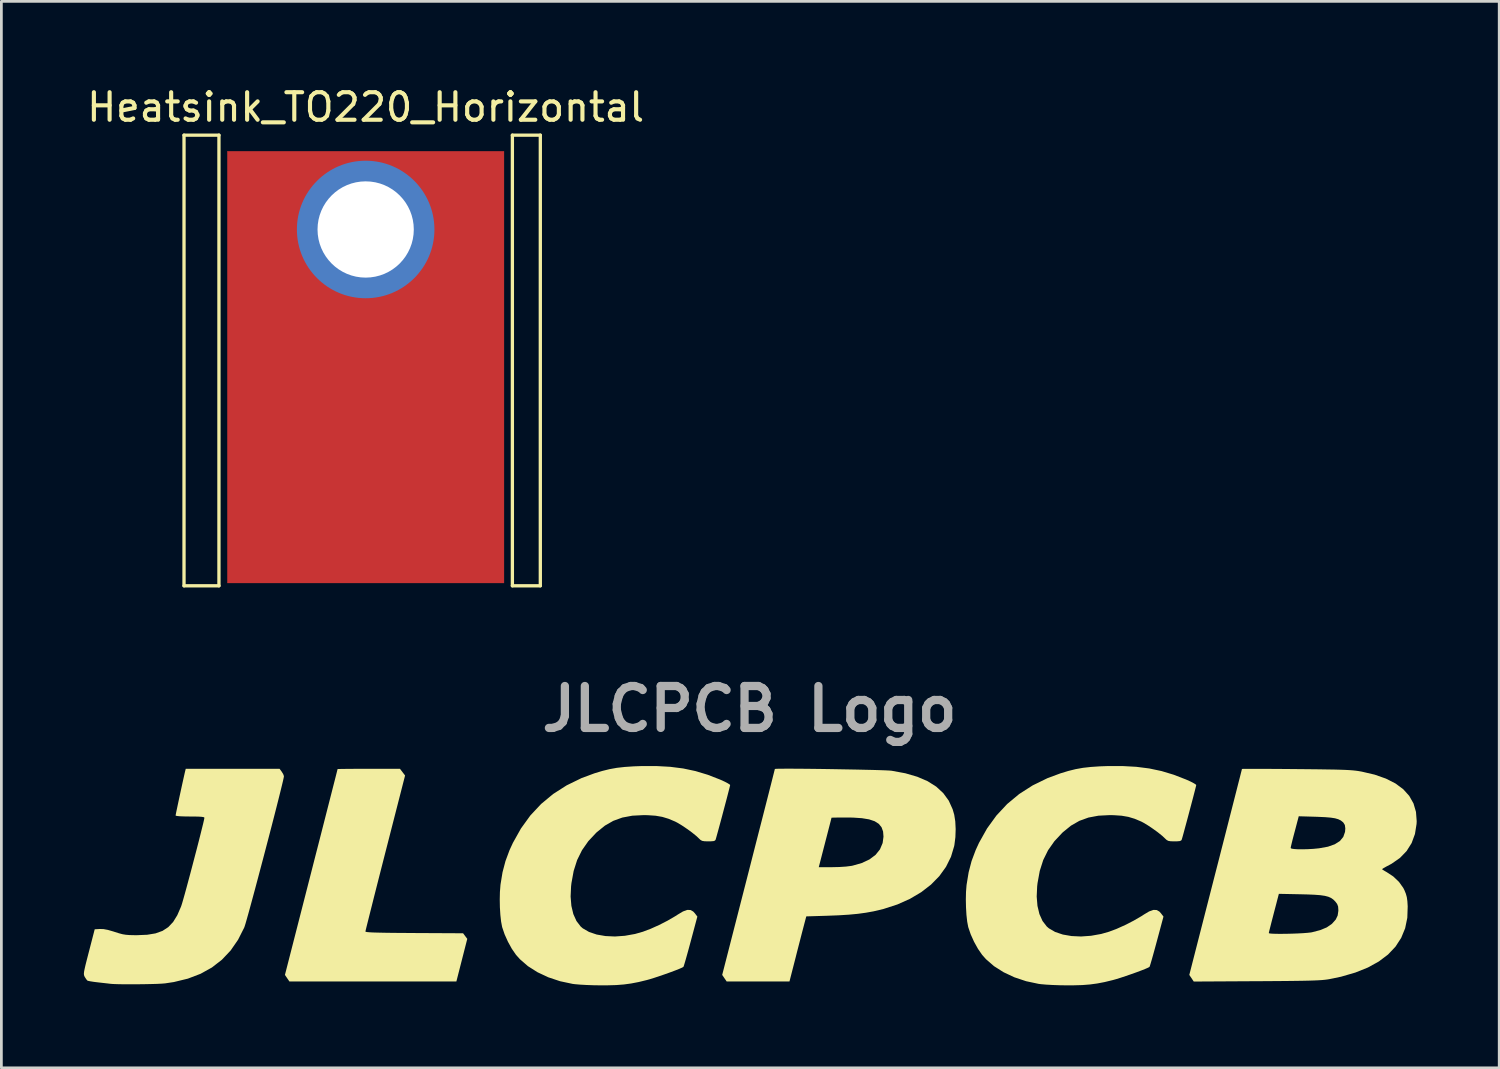
<source format=kicad_pcb>
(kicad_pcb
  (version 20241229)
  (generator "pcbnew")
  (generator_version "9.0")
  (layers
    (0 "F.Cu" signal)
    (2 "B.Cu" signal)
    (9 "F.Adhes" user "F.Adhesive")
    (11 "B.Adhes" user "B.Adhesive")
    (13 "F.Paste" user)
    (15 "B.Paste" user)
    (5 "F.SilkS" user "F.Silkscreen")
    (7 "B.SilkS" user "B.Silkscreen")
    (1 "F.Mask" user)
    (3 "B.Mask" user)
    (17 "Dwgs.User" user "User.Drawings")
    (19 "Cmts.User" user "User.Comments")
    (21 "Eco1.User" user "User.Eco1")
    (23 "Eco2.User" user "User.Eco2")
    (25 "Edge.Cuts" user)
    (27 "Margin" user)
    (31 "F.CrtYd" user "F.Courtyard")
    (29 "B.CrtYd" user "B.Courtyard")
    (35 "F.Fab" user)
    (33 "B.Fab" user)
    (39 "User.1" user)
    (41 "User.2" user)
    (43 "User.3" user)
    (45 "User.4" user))
  (footprint "JLCPCB Logo"
    (layer "F.Cu")
    (at 24.073 28.694)
    (property "Reference" "JLCPCB Logo" (at 0.127 -5.969 0) (layer "F.Fab") (effects (font (size 1.524 1.524) (thickness 0.3))))
    (attr board_only exclude_from_pos_files exclude_from_bom)
    (fp_poly (pts (xy -12.396 -3.55) (xy -13.117 -0.736) (xy -13.229 -0.298) (xy -13.336 0.121) (xy -13.436 0.514) (xy -13.528 0.877) (xy -13.61 1.204) (xy -13.682 1.489) (xy -13.742 1.729) (xy -13.789 1.916) (xy -13.821 2.046) (xy -13.836 2.114) (xy -13.838 2.122) (xy -13.823 2.133) (xy -13.775 2.142) (xy -13.688 2.15) (xy -13.559 2.157) (xy -13.382 2.162) (xy -13.152 2.167) (xy -12.865 2.171) (xy -12.516 2.174) (xy -12.1 2.176) (xy -12.063 2.177) (xy -10.287 2.186) (xy -10.211 2.288) (xy -10.135 2.389) (xy -10.531 3.938) (xy -13.567 3.938) (xy -16.602 3.938) (xy -16.683 3.819) (xy -16.764 3.7) (xy -15.807 -0.037) (xy -15.678 -0.542) (xy -15.553 -1.028) (xy -15.435 -1.489) (xy -15.325 -1.92) (xy -15.223 -2.319) (xy -15.131 -2.679) (xy -15.05 -2.996) (xy -14.981 -3.266) (xy -14.925 -3.485) (xy -14.884 -3.647) (xy -14.859 -3.748) (xy -14.85 -3.784) (xy -14.85 -3.784) (xy -14.815 -3.786) (xy -14.717 -3.788) (xy -14.563 -3.79) (xy -14.364 -3.792) (xy -14.126 -3.793) (xy -13.86 -3.794) (xy -13.716 -3.794) (xy -12.582 -3.794)) (stroke (width 0) (type solid)) (fill yes) (layer "F.SilkS"))
    (fp_poly (pts (xy 1.791 -3.797) (xy 2.072 -3.795) (xy 2.379 -3.792) (xy 2.704 -3.788) (xy 3.04 -3.783) (xy 3.38 -3.777) (xy 3.714 -3.771) (xy 4.037 -3.765) (xy 4.339 -3.758) (xy 4.614 -3.752) (xy 4.854 -3.745) (xy 5.051 -3.738) (xy 5.197 -3.731) (xy 5.284 -3.724) (xy 5.293 -3.723) (xy 5.791 -3.631) (xy 6.227 -3.504) (xy 6.601 -3.343) (xy 6.915 -3.145) (xy 7.17 -2.909) (xy 7.369 -2.636) (xy 7.511 -2.323) (xy 7.569 -2.123) (xy 7.607 -1.882) (xy 7.621 -1.602) (xy 7.611 -1.309) (xy 7.576 -1.033) (xy 7.567 -0.983) (xy 7.451 -0.595) (xy 7.27 -0.23) (xy 7.027 0.108) (xy 6.725 0.416) (xy 6.367 0.693) (xy 5.958 0.935) (xy 5.501 1.139) (xy 4.998 1.302) (xy 4.643 1.387) (xy 4.361 1.438) (xy 4.062 1.479) (xy 3.733 1.51) (xy 3.359 1.533) (xy 2.947 1.549) (xy 2.19 1.572) (xy 2.109 1.879) (xy 2.077 2.002) (xy 2.03 2.181) (xy 1.973 2.402) (xy 1.909 2.65) (xy 1.842 2.91) (xy 1.804 3.062) (xy 1.579 3.938) (xy 0.437 3.938) (xy -0.705 3.938) (xy -0.786 3.819) (xy -0.867 3.7) (xy 0.091 -0.037) (xy 0.137 -0.217) (xy 2.644 -0.217) (xy 3.126 -0.217) (xy 3.392 -0.223) (xy 3.634 -0.239) (xy 3.83 -0.264) (xy 3.872 -0.272) (xy 4.209 -0.368) (xy 4.489 -0.5) (xy 4.71 -0.666) (xy 4.869 -0.865) (xy 4.966 -1.095) (xy 4.997 -1.326) (xy 4.982 -1.514) (xy 4.926 -1.669) (xy 4.826 -1.792) (xy 4.677 -1.887) (xy 4.474 -1.955) (xy 4.213 -1.998) (xy 3.889 -2.02) (xy 3.66 -2.023) (xy 3.469 -2.023) (xy 3.307 -2.021) (xy 3.186 -2.019) (xy 3.117 -2.016) (xy 3.107 -2.014) (xy 3.098 -1.978) (xy 3.074 -1.882) (xy 3.036 -1.734) (xy 2.987 -1.545) (xy 2.93 -1.323) (xy 2.875 -1.111) (xy 2.644 -0.217) (xy 0.137 -0.217) (xy 0.22 -0.542) (xy 0.344 -1.028) (xy 0.462 -1.489) (xy 0.573 -1.921) (xy 0.675 -2.32) (xy 0.767 -2.68) (xy 0.848 -2.998) (xy 0.917 -3.269) (xy 0.972 -3.487) (xy 1.013 -3.65) (xy 1.039 -3.752) (xy 1.048 -3.788) (xy 1.048 -3.788) (xy 1.083 -3.792) (xy 1.182 -3.796) (xy 1.338 -3.797) (xy 1.544 -3.798)) (stroke (width 0) (type solid)) (fill yes) (layer "F.SilkS"))
    (fp_poly (pts (xy -16.88 -3.687) (xy -16.827 -3.6) (xy -16.801 -3.528) (xy -16.801 -3.521) (xy -16.81 -3.465) (xy -16.836 -3.347) (xy -16.878 -3.172) (xy -16.933 -2.948) (xy -17 -2.68) (xy -17.077 -2.376) (xy -17.162 -2.043) (xy -17.254 -1.687) (xy -17.351 -1.314) (xy -17.451 -0.932) (xy -17.552 -0.547) (xy -17.653 -0.166) (xy -17.751 0.204) (xy -17.845 0.557) (xy -17.934 0.887) (xy -18.015 1.185) (xy -18.087 1.447) (xy -18.148 1.664) (xy -18.196 1.831) (xy -18.23 1.94) (xy -18.244 1.978) (xy -18.469 2.423) (xy -18.739 2.813) (xy -19.056 3.148) (xy -19.419 3.43) (xy -19.831 3.659) (xy -20.292 3.835) (xy -20.802 3.959) (xy -21.118 4.007) (xy -21.241 4.017) (xy -21.42 4.026) (xy -21.639 4.032) (xy -21.886 4.037) (xy -22.145 4.04) (xy -22.402 4.041) (xy -22.642 4.04) (xy -22.852 4.036) (xy -23.015 4.03) (xy -23.106 4.023) (xy -23.189 4.013) (xy -23.322 3.998) (xy -23.481 3.98) (xy -23.561 3.971) (xy -23.714 3.952) (xy -23.84 3.932) (xy -23.922 3.915) (xy -23.943 3.908) (xy -23.984 3.862) (xy -24.035 3.783) (xy -24.04 3.776) (xy -24.058 3.739) (xy -24.07 3.7) (xy -24.073 3.651) (xy -24.066 3.58) (xy -24.046 3.479) (xy -24.014 3.338) (xy -23.966 3.148) (xy -23.902 2.899) (xy -23.89 2.854) (xy -23.68 2.041) (xy -23.493 2.03) (xy -23.36 2.034) (xy -23.203 2.063) (xy -23.005 2.12) (xy -22.953 2.137) (xy -22.798 2.186) (xy -22.671 2.22) (xy -22.551 2.24) (xy -22.415 2.251) (xy -22.24 2.255) (xy -22.13 2.255) (xy -21.77 2.24) (xy -21.468 2.19) (xy -21.215 2.099) (xy -21.005 1.962) (xy -20.828 1.774) (xy -20.677 1.529) (xy -20.544 1.222) (xy -20.53 1.183) (xy -20.503 1.099) (xy -20.462 0.958) (xy -20.409 0.77) (xy -20.346 0.542) (xy -20.277 0.285) (xy -20.202 0.006) (xy -20.125 -0.286) (xy -20.048 -0.581) (xy -19.972 -0.87) (xy -19.901 -1.146) (xy -19.837 -1.399) (xy -19.782 -1.621) (xy -19.737 -1.802) (xy -19.707 -1.933) (xy -19.692 -2.007) (xy -19.691 -2.017) (xy -19.715 -2.035) (xy -19.789 -2.048) (xy -19.921 -2.056) (xy -20.116 -2.059) (xy -20.215 -2.059) (xy -20.424 -2.062) (xy -20.587 -2.068) (xy -20.694 -2.079) (xy -20.738 -2.093) (xy -20.739 -2.095) (xy -20.732 -2.137) (xy -20.712 -2.238) (xy -20.681 -2.384) (xy -20.643 -2.564) (xy -20.6 -2.765) (xy -20.555 -2.974) (xy -20.51 -3.18) (xy -20.468 -3.37) (xy -20.432 -3.532) (xy -20.405 -3.652) (xy -20.392 -3.706) (xy -20.37 -3.794) (xy -16.959 -3.794)) (stroke (width 0) (type solid)) (fill yes) (layer "F.SilkS"))
    (fp_poly (pts (xy -2.757 -3.866) (xy -2.286 -3.806) (xy -1.838 -3.711) (xy -1.397 -3.578) (xy -0.951 -3.405) (xy -0.912 -3.388) (xy -0.772 -3.324) (xy -0.661 -3.265) (xy -0.592 -3.221) (xy -0.578 -3.203) (xy -0.587 -3.161) (xy -0.612 -3.061) (xy -0.65 -2.913) (xy -0.698 -2.727) (xy -0.754 -2.516) (xy -0.814 -2.29) (xy -0.875 -2.059) (xy -0.935 -1.836) (xy -0.991 -1.63) (xy -1.04 -1.452) (xy -1.078 -1.314) (xy -1.103 -1.227) (xy -1.105 -1.219) (xy -1.129 -1.185) (xy -1.182 -1.165) (xy -1.283 -1.157) (xy -1.369 -1.156) (xy -1.505 -1.159) (xy -1.592 -1.173) (xy -1.653 -1.205) (xy -1.701 -1.25) (xy -1.813 -1.355) (xy -1.968 -1.48) (xy -2.147 -1.61) (xy -2.329 -1.733) (xy -2.494 -1.832) (xy -2.574 -1.874) (xy -2.815 -1.976) (xy -3.046 -2.046) (xy -3.291 -2.088) (xy -3.573 -2.107) (xy -3.721 -2.11) (xy -4.133 -2.089) (xy -4.498 -2.021) (xy -4.826 -1.902) (xy -5.13 -1.728) (xy -5.42 -1.494) (xy -5.448 -1.468) (xy -5.736 -1.16) (xy -5.965 -0.832) (xy -6.141 -0.476) (xy -6.267 -0.08) (xy -6.348 0.365) (xy -6.361 0.48) (xy -6.378 0.852) (xy -6.35 1.19) (xy -6.279 1.488) (xy -6.166 1.739) (xy -6.014 1.938) (xy -5.936 2.006) (xy -5.708 2.138) (xy -5.43 2.232) (xy -5.112 2.287) (xy -4.767 2.303) (xy -4.404 2.277) (xy -4.035 2.211) (xy -3.751 2.13) (xy -3.47 2.024) (xy -3.161 1.885) (xy -2.852 1.727) (xy -2.572 1.564) (xy -2.479 1.504) (xy -2.293 1.393) (xy -2.144 1.338) (xy -2.023 1.339) (xy -1.922 1.394) (xy -1.862 1.458) (xy -1.77 1.579) (xy -2.011 2.479) (xy -2.077 2.723) (xy -2.138 2.944) (xy -2.191 3.133) (xy -2.234 3.279) (xy -2.263 3.374) (xy -2.276 3.406) (xy -2.323 3.434) (xy -2.426 3.479) (xy -2.572 3.537) (xy -2.748 3.603) (xy -2.941 3.672) (xy -3.139 3.74) (xy -3.328 3.803) (xy -3.495 3.855) (xy -3.61 3.887) (xy -3.906 3.959) (xy -4.176 4.011) (xy -4.44 4.047) (xy -4.72 4.069) (xy -5.036 4.078) (xy -5.293 4.079) (xy -5.549 4.075) (xy -5.802 4.066) (xy -6.031 4.053) (xy -6.218 4.037) (xy -6.305 4.026) (xy -6.761 3.929) (xy -7.19 3.786) (xy -7.582 3.602) (xy -7.929 3.382) (xy -8.222 3.128) (xy -8.363 2.97) (xy -8.513 2.753) (xy -8.656 2.494) (xy -8.778 2.223) (xy -8.864 1.97) (xy -8.869 1.951) (xy -8.905 1.76) (xy -8.932 1.517) (xy -8.949 1.243) (xy -8.954 0.959) (xy -8.948 0.685) (xy -8.929 0.441) (xy -8.926 0.411) (xy -8.853 -0.033) (xy -8.746 -0.439) (xy -8.598 -0.837) (xy -8.475 -1.103) (xy -8.182 -1.626) (xy -7.842 -2.096) (xy -7.452 -2.513) (xy -7.013 -2.878) (xy -6.523 -3.191) (xy -5.982 -3.455) (xy -5.513 -3.629) (xy -5.229 -3.715) (xy -4.963 -3.781) (xy -4.696 -3.829) (xy -4.408 -3.861) (xy -4.08 -3.883) (xy -3.827 -3.892) (xy -3.266 -3.894)) (stroke (width 0) (type solid)) (fill yes) (layer "F.SilkS"))
    (fp_poly (pts (xy 14.188 -3.866) (xy 14.66 -3.806) (xy 15.108 -3.711) (xy 15.548 -3.578) (xy 15.994 -3.405) (xy 16.033 -3.388) (xy 16.174 -3.324) (xy 16.285 -3.265) (xy 16.353 -3.221) (xy 16.367 -3.203) (xy 16.358 -3.161) (xy 16.333 -3.061) (xy 16.295 -2.913) (xy 16.247 -2.727) (xy 16.191 -2.516) (xy 16.131 -2.29) (xy 16.07 -2.059) (xy 16.01 -1.836) (xy 15.954 -1.63) (xy 15.906 -1.452) (xy 15.868 -1.314) (xy 15.842 -1.227) (xy 15.84 -1.219) (xy 15.817 -1.185) (xy 15.763 -1.165) (xy 15.663 -1.157) (xy 15.576 -1.156) (xy 15.44 -1.159) (xy 15.353 -1.173) (xy 15.293 -1.205) (xy 15.244 -1.25) (xy 15.132 -1.355) (xy 14.977 -1.48) (xy 14.798 -1.61) (xy 14.616 -1.733) (xy 14.451 -1.832) (xy 14.372 -1.874) (xy 14.131 -1.976) (xy 13.899 -2.046) (xy 13.654 -2.088) (xy 13.372 -2.107) (xy 13.224 -2.11) (xy 12.812 -2.089) (xy 12.448 -2.021) (xy 12.119 -1.902) (xy 11.815 -1.728) (xy 11.526 -1.494) (xy 11.498 -1.468) (xy 11.21 -1.16) (xy 10.98 -0.832) (xy 10.804 -0.476) (xy 10.678 -0.08) (xy 10.597 0.365) (xy 10.584 0.48) (xy 10.567 0.852) (xy 10.595 1.19) (xy 10.666 1.488) (xy 10.779 1.739) (xy 10.932 1.938) (xy 11.01 2.006) (xy 11.237 2.138) (xy 11.516 2.232) (xy 11.833 2.287) (xy 12.179 2.303) (xy 12.542 2.277) (xy 12.911 2.211) (xy 13.195 2.13) (xy 13.476 2.024) (xy 13.785 1.885) (xy 14.093 1.727) (xy 14.374 1.564) (xy 14.466 1.504) (xy 14.652 1.393) (xy 14.801 1.338) (xy 14.922 1.339) (xy 15.024 1.394) (xy 15.083 1.458) (xy 15.176 1.579) (xy 14.934 2.479) (xy 14.868 2.723) (xy 14.807 2.944) (xy 14.754 3.133) (xy 14.711 3.279) (xy 14.682 3.374) (xy 14.669 3.406) (xy 14.623 3.434) (xy 14.52 3.479) (xy 14.374 3.537) (xy 14.198 3.603) (xy 14.004 3.672) (xy 13.807 3.74) (xy 13.618 3.803) (xy 13.45 3.855) (xy 13.336 3.887) (xy 13.04 3.959) (xy 12.77 4.011) (xy 12.505 4.047) (xy 12.225 4.069) (xy 11.909 4.078) (xy 11.652 4.079) (xy 11.396 4.075) (xy 11.144 4.066) (xy 10.914 4.053) (xy 10.727 4.037) (xy 10.641 4.026) (xy 10.184 3.929) (xy 9.755 3.786) (xy 9.363 3.602) (xy 9.016 3.382) (xy 8.723 3.128) (xy 8.583 2.97) (xy 8.433 2.753) (xy 8.289 2.494) (xy 8.167 2.223) (xy 8.081 1.97) (xy 8.076 1.951) (xy 8.04 1.76) (xy 8.013 1.517) (xy 7.997 1.243) (xy 7.991 0.959) (xy 7.997 0.685) (xy 8.016 0.441) (xy 8.02 0.411) (xy 8.093 -0.033) (xy 8.199 -0.439) (xy 8.348 -0.837) (xy 8.47 -1.103) (xy 8.763 -1.626) (xy 9.104 -2.096) (xy 9.493 -2.513) (xy 9.932 -2.878) (xy 10.422 -3.191) (xy 10.963 -3.455) (xy 11.433 -3.629) (xy 11.716 -3.715) (xy 11.982 -3.781) (xy 12.25 -3.829) (xy 12.538 -3.861) (xy 12.866 -3.883) (xy 13.119 -3.892) (xy 13.68 -3.894)) (stroke (width 0) (type solid)) (fill yes) (layer "F.SilkS"))
    (fp_poly (pts (xy 18.538 -3.792) (xy 18.796 -3.792) (xy 19.095 -3.79) (xy 19.426 -3.788) (xy 19.784 -3.785) (xy 20.007 -3.783) (xy 20.444 -3.779) (xy 20.815 -3.775) (xy 21.128 -3.77) (xy 21.389 -3.766) (xy 21.605 -3.76) (xy 21.783 -3.754) (xy 21.931 -3.746) (xy 22.054 -3.737) (xy 22.16 -3.726) (xy 22.256 -3.713) (xy 22.348 -3.697) (xy 22.383 -3.691) (xy 22.855 -3.581) (xy 23.264 -3.437) (xy 23.61 -3.261) (xy 23.893 -3.051) (xy 24.111 -2.809) (xy 24.266 -2.534) (xy 24.356 -2.227) (xy 24.382 -1.889) (xy 24.377 -1.787) (xy 24.319 -1.423) (xy 24.198 -1.094) (xy 24.015 -0.803) (xy 23.773 -0.553) (xy 23.473 -0.344) (xy 23.391 -0.299) (xy 23.269 -0.235) (xy 23.176 -0.182) (xy 23.127 -0.149) (xy 23.124 -0.144) (xy 23.153 -0.119) (xy 23.228 -0.073) (xy 23.292 -0.037) (xy 23.531 0.121) (xy 23.738 0.318) (xy 23.895 0.538) (xy 23.937 0.622) (xy 23.989 0.75) (xy 24.023 0.874) (xy 24.043 1.017) (xy 24.055 1.207) (xy 24.055 1.21) (xy 24.041 1.623) (xy 23.962 2.005) (xy 23.818 2.355) (xy 23.611 2.673) (xy 23.34 2.959) (xy 23.006 3.211) (xy 22.61 3.43) (xy 22.152 3.614) (xy 21.632 3.765) (xy 21.209 3.853) (xy 21.129 3.866) (xy 21.04 3.877) (xy 20.934 3.887) (xy 20.807 3.895) (xy 20.652 3.902) (xy 20.464 3.908) (xy 20.236 3.913) (xy 19.962 3.917) (xy 19.637 3.921) (xy 19.255 3.924) (xy 18.809 3.927) (xy 18.571 3.928) (xy 16.277 3.941) (xy 16.115 3.7) (xy 16.504 2.18) (xy 19.005 2.18) (xy 19.039 2.193) (xy 19.133 2.201) (xy 19.274 2.206) (xy 19.45 2.207) (xy 19.648 2.205) (xy 19.856 2.2) (xy 20.063 2.192) (xy 20.254 2.182) (xy 20.418 2.169) (xy 20.543 2.155) (xy 20.579 2.148) (xy 20.878 2.07) (xy 21.113 1.972) (xy 21.29 1.851) (xy 21.311 1.831) (xy 21.439 1.687) (xy 21.509 1.541) (xy 21.534 1.371) (xy 21.534 1.34) (xy 21.525 1.213) (xy 21.489 1.119) (xy 21.422 1.031) (xy 21.35 0.959) (xy 21.269 0.902) (xy 21.169 0.858) (xy 21.042 0.825) (xy 20.877 0.801) (xy 20.666 0.785) (xy 20.4 0.774) (xy 20.154 0.768) (xy 19.371 0.752) (xy 19.335 0.891) (xy 19.313 0.974) (xy 19.278 1.111) (xy 19.232 1.286) (xy 19.18 1.484) (xy 19.152 1.593) (xy 19.102 1.785) (xy 19.06 1.952) (xy 19.027 2.081) (xy 19.009 2.161) (xy 19.005 2.18) (xy 16.504 2.18) (xy 17.072 -0.037) (xy 17.202 -0.542) (xy 17.296 -0.912) (xy 19.8 -0.912) (xy 19.834 -0.891) (xy 19.926 -0.877) (xy 20.065 -0.868) (xy 20.237 -0.867) (xy 20.428 -0.872) (xy 20.626 -0.883) (xy 20.818 -0.902) (xy 20.842 -0.905) (xy 21.156 -0.962) (xy 21.404 -1.05) (xy 21.589 -1.167) (xy 21.713 -1.317) (xy 21.777 -1.5) (xy 21.787 -1.626) (xy 21.77 -1.751) (xy 21.713 -1.842) (xy 21.698 -1.856) (xy 21.623 -1.915) (xy 21.531 -1.96) (xy 21.414 -1.994) (xy 21.26 -2.018) (xy 21.059 -2.035) (xy 20.799 -2.047) (xy 20.715 -2.05) (xy 20.094 -2.068) (xy 20.057 -1.928) (xy 20.033 -1.837) (xy 19.996 -1.696) (xy 19.951 -1.526) (xy 19.91 -1.373) (xy 19.867 -1.207) (xy 19.832 -1.064) (xy 19.808 -0.96) (xy 19.8 -0.912) (xy 17.296 -0.912) (xy 17.326 -1.028) (xy 17.444 -1.489) (xy 17.554 -1.921) (xy 17.656 -2.32) (xy 17.748 -2.68) (xy 17.829 -2.998) (xy 17.898 -3.269) (xy 17.954 -3.487) (xy 17.995 -3.65) (xy 18.021 -3.752) (xy 18.029 -3.788) (xy 18.029 -3.788) (xy 18.064 -3.79) (xy 18.165 -3.792) (xy 18.325 -3.792)) (stroke (width 0) (type solid)) (fill yes) (layer "F.SilkS")))
  (footprint "Heatsink_TO220_Horizontal"
    (layer "F.Cu")
    (at 10.244 5.293)
    (property "Reference" "Heatsink_TO220_Horizontal" (at 0 -4.445 0) (layer "F.SilkS") (effects (font (size 1 1) (thickness 0.15))))
    (attr through_hole allow_missing_courtyard)
    (fp_rect (start -5.029 -2.845) (end 5.029 12.852) (stroke (width 0.01) (type solid)) (fill yes) (layer "F.Cu"))
    (fp_rect (start -5.029 -2.794) (end 5.029 12.852) (stroke (width 0.01) (type solid)) (fill yes) (layer "F.Mask"))
    (fp_line (start -6.604 -3.429) (end -5.334 -3.429) (stroke (width 0.12) (type default)) (layer "F.SilkS"))
    (fp_line (start -6.604 12.954) (end -6.604 -3.429) (stroke (width 0.12) (type default)) (layer "F.SilkS"))
    (fp_line (start -5.334 -3.429) (end -5.334 12.954) (stroke (width 0.12) (type default)) (layer "F.SilkS"))
    (fp_line (start -5.334 12.954) (end -6.604 12.954) (stroke (width 0.12) (type default)) (layer "F.SilkS"))
    (fp_line (start 5.334 -3.429) (end 5.334 12.954) (stroke (width 0.12) (type default)) (layer "F.SilkS"))
    (fp_line (start 5.334 12.954) (end 6.35 12.954) (stroke (width 0.12) (type default)) (layer "F.SilkS"))
    (fp_line (start 6.35 -3.429) (end 5.334 -3.429) (stroke (width 0.12) (type default)) (layer "F.SilkS"))
    (fp_line (start 6.35 12.954) (end 6.35 -3.429) (stroke (width 0.12) (type default)) (layer "F.SilkS"))
    (pad "1" thru_hole circle (at 0 0) (size 5 5) (drill 3.5) (layers "*.Cu" "*.Mask"))
    (zone (net_name "") (layers "F.Cu" "F.Mask") (hatch edge 0.5) (connect_pads) (min_thickness 0.25) (filled_areas_thickness no) (keepout (tracks not_allowed) (vias not_allowed) (pads allowed) (copperpour allowed) (footprints allowed)) (placement (enabled no)) (fill) (polygon (pts (xy 5.164 1.991) (xy 15.324 1.991) (xy 15.324 18.247) (xy 5.164 18.247)))))
  (gr_rect
    (start -3 -3)
    (end 51.455 35.773)
    (stroke (width 0.1) (type default))
    (fill no)
    (layer "Edge.Cuts")))
</source>
